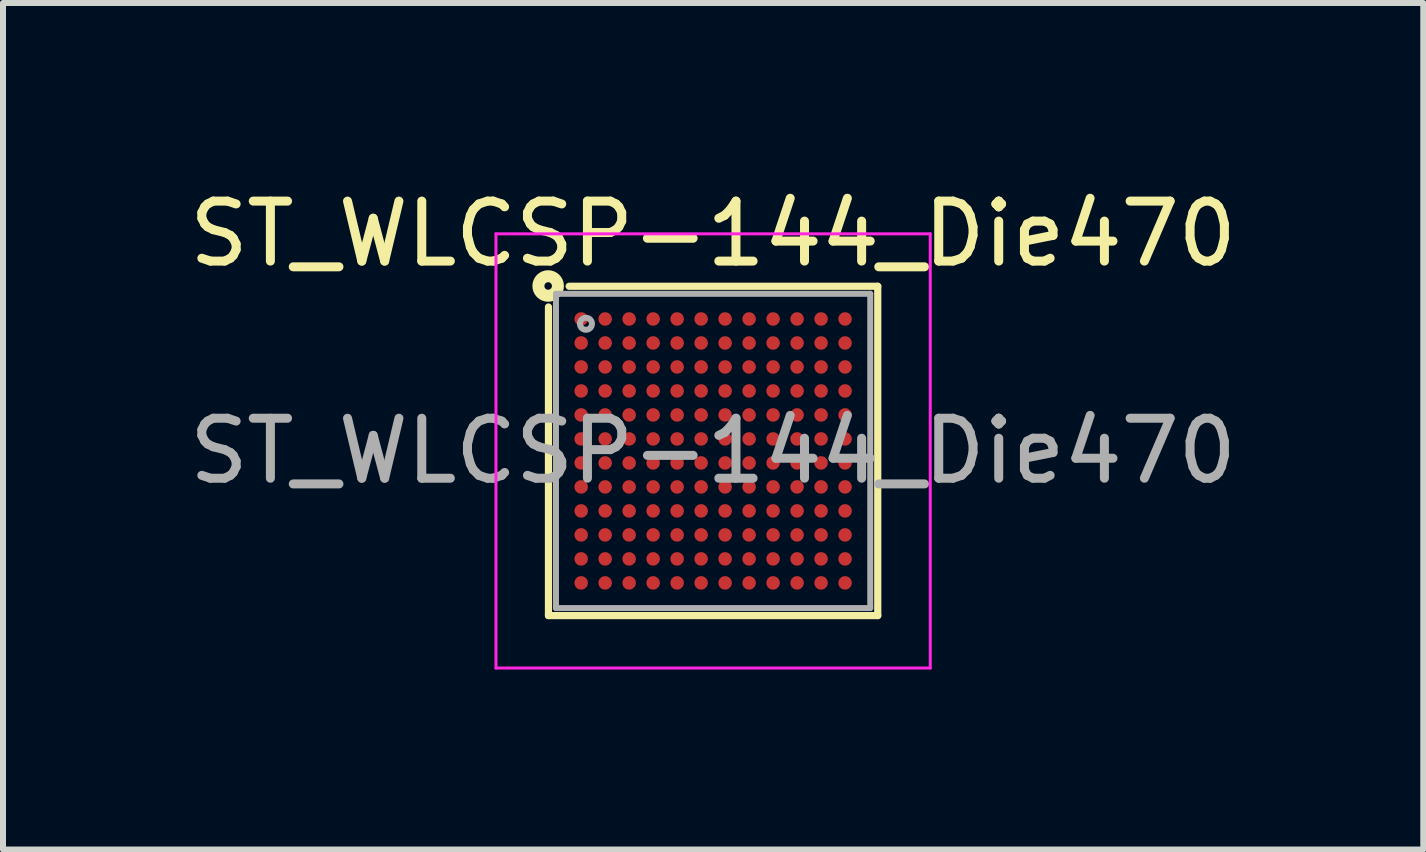
<source format=kicad_pcb>
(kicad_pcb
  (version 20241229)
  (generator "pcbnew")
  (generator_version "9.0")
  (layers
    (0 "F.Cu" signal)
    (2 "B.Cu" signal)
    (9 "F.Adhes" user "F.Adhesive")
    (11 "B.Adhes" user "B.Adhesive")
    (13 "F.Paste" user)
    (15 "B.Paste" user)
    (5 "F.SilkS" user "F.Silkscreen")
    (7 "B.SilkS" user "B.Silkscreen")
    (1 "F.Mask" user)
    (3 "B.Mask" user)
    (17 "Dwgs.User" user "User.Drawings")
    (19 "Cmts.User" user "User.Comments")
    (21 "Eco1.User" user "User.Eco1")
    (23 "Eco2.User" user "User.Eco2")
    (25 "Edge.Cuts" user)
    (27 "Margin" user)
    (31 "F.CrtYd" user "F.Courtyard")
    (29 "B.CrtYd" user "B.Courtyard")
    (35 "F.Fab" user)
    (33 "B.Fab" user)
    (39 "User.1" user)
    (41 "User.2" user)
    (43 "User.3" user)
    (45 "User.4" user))
  (footprint "ST_WLCSP-144_Die470"
    (layer "F.Cu")
    (at 8.839 4.468)
    (property "Reference" "ST_WLCSP-144_Die470" (at 0 -3.62 0) (layer "F.SilkS") (effects (font (size 1 1) (thickness 0.15))))
    (attr smd)
    (fp_line (start -2.745 2.745) (end -2.745 -2.4) (stroke (width 0.12) (type solid)) (layer "F.SilkS"))
    (fp_line (start -2.4 -2.745) (end 2.745 -2.745) (stroke (width 0.12) (type solid)) (layer "F.SilkS"))
    (fp_line (start 2.745 -2.745) (end 2.745 2.745) (stroke (width 0.12) (type solid)) (layer "F.SilkS"))
    (fp_line (start 2.745 2.745) (end -2.745 2.745) (stroke (width 0.12) (type solid)) (layer "F.SilkS"))
    (fp_circle (center -2.75 -2.75) (end -2.687 -2.75) (stroke (width 0.2) (type solid)) (fill no) (layer "F.SilkS"))
    (fp_line (start -3.62 -3.62) (end -3.62 3.62) (stroke (width 0.05) (type solid)) (layer "F.CrtYd"))
    (fp_line (start -3.62 3.62) (end 3.62 3.62) (stroke (width 0.05) (type solid)) (layer "F.CrtYd"))
    (fp_line (start 3.62 -3.62) (end -3.62 -3.62) (stroke (width 0.05) (type solid)) (layer "F.CrtYd"))
    (fp_line (start 3.62 3.62) (end 3.62 -3.62) (stroke (width 0.05) (type solid)) (layer "F.CrtYd"))
    (fp_line (start -2.62 -2.62) (end 2.62 -2.62) (stroke (width 0.1) (type solid)) (layer "F.Fab"))
    (fp_line (start -2.62 2.62) (end -2.62 -2.62) (stroke (width 0.1) (type solid)) (layer "F.Fab"))
    (fp_line (start 2.62 -2.62) (end 2.62 2.62) (stroke (width 0.1) (type solid)) (layer "F.Fab"))
    (fp_line (start 2.62 2.62) (end -2.62 2.62) (stroke (width 0.1) (type solid)) (layer "F.Fab"))
    (fp_circle (center -2.12 -2.12) (end -2.02 -2.12) (stroke (width 0.1) (type solid)) (fill no) (layer "F.Fab"))
    (fp_text user "${REFERENCE}" (at 0 0 0) (layer "F.Fab") (effects (font (size 1 1) (thickness 0.15))))
    (pad "A1" smd circle (at -2.2 -2.2) (size 0.225 0.225) (layers "F.Cu" "F.Mask" "F.Paste"))
    (pad "A2" smd circle (at -1.8 -2.2) (size 0.225 0.225) (layers "F.Cu" "F.Mask" "F.Paste"))
    (pad "A3" smd circle (at -1.4 -2.2) (size 0.225 0.225) (layers "F.Cu" "F.Mask" "F.Paste"))
    (pad "A4" smd circle (at -1 -2.2) (size 0.225 0.225) (layers "F.Cu" "F.Mask" "F.Paste"))
    (pad "A5" smd circle (at -0.6 -2.2) (size 0.225 0.225) (layers "F.Cu" "F.Mask" "F.Paste"))
    (pad "A6" smd circle (at -0.2 -2.2) (size 0.225 0.225) (layers "F.Cu" "F.Mask" "F.Paste"))
    (pad "A7" smd circle (at 0.2 -2.2) (size 0.225 0.225) (layers "F.Cu" "F.Mask" "F.Paste"))
    (pad "A8" smd circle (at 0.6 -2.2) (size 0.225 0.225) (layers "F.Cu" "F.Mask" "F.Paste"))
    (pad "A9" smd circle (at 1 -2.2) (size 0.225 0.225) (layers "F.Cu" "F.Mask" "F.Paste"))
    (pad "A10" smd circle (at 1.4 -2.2) (size 0.225 0.225) (layers "F.Cu" "F.Mask" "F.Paste"))
    (pad "A11" smd circle (at 1.8 -2.2) (size 0.225 0.225) (layers "F.Cu" "F.Mask" "F.Paste"))
    (pad "A12" smd circle (at 2.2 -2.2) (size 0.225 0.225) (layers "F.Cu" "F.Mask" "F.Paste"))
    (pad "B1" smd circle (at -2.2 -1.8) (size 0.225 0.225) (layers "F.Cu" "F.Mask" "F.Paste"))
    (pad "B2" smd circle (at -1.8 -1.8) (size 0.225 0.225) (layers "F.Cu" "F.Mask" "F.Paste"))
    (pad "B3" smd circle (at -1.4 -1.8) (size 0.225 0.225) (layers "F.Cu" "F.Mask" "F.Paste"))
    (pad "B4" smd circle (at -1 -1.8) (size 0.225 0.225) (layers "F.Cu" "F.Mask" "F.Paste"))
    (pad "B5" smd circle (at -0.6 -1.8) (size 0.225 0.225) (layers "F.Cu" "F.Mask" "F.Paste"))
    (pad "B6" smd circle (at -0.2 -1.8) (size 0.225 0.225) (layers "F.Cu" "F.Mask" "F.Paste"))
    (pad "B7" smd circle (at 0.2 -1.8) (size 0.225 0.225) (layers "F.Cu" "F.Mask" "F.Paste"))
    (pad "B8" smd circle (at 0.6 -1.8) (size 0.225 0.225) (layers "F.Cu" "F.Mask" "F.Paste"))
    (pad "B9" smd circle (at 1 -1.8) (size 0.225 0.225) (layers "F.Cu" "F.Mask" "F.Paste"))
    (pad "B10" smd circle (at 1.4 -1.8) (size 0.225 0.225) (layers "F.Cu" "F.Mask" "F.Paste"))
    (pad "B11" smd circle (at 1.8 -1.8) (size 0.225 0.225) (layers "F.Cu" "F.Mask" "F.Paste"))
    (pad "B12" smd circle (at 2.2 -1.8) (size 0.225 0.225) (layers "F.Cu" "F.Mask" "F.Paste"))
    (pad "C1" smd circle (at -2.2 -1.4) (size 0.225 0.225) (layers "F.Cu" "F.Mask" "F.Paste"))
    (pad "C2" smd circle (at -1.8 -1.4) (size 0.225 0.225) (layers "F.Cu" "F.Mask" "F.Paste"))
    (pad "C3" smd circle (at -1.4 -1.4) (size 0.225 0.225) (layers "F.Cu" "F.Mask" "F.Paste"))
    (pad "C4" smd circle (at -1 -1.4) (size 0.225 0.225) (layers "F.Cu" "F.Mask" "F.Paste"))
    (pad "C5" smd circle (at -0.6 -1.4) (size 0.225 0.225) (layers "F.Cu" "F.Mask" "F.Paste"))
    (pad "C6" smd circle (at -0.2 -1.4) (size 0.225 0.225) (layers "F.Cu" "F.Mask" "F.Paste"))
    (pad "C7" smd circle (at 0.2 -1.4) (size 0.225 0.225) (layers "F.Cu" "F.Mask" "F.Paste"))
    (pad "C8" smd circle (at 0.6 -1.4) (size 0.225 0.225) (layers "F.Cu" "F.Mask" "F.Paste"))
    (pad "C9" smd circle (at 1 -1.4) (size 0.225 0.225) (layers "F.Cu" "F.Mask" "F.Paste"))
    (pad "C10" smd circle (at 1.4 -1.4) (size 0.225 0.225) (layers "F.Cu" "F.Mask" "F.Paste"))
    (pad "C11" smd circle (at 1.8 -1.4) (size 0.225 0.225) (layers "F.Cu" "F.Mask" "F.Paste"))
    (pad "C12" smd circle (at 2.2 -1.4) (size 0.225 0.225) (layers "F.Cu" "F.Mask" "F.Paste"))
    (pad "D1" smd circle (at -2.2 -1) (size 0.225 0.225) (layers "F.Cu" "F.Mask" "F.Paste"))
    (pad "D2" smd circle (at -1.8 -1) (size 0.225 0.225) (layers "F.Cu" "F.Mask" "F.Paste"))
    (pad "D3" smd circle (at -1.4 -1) (size 0.225 0.225) (layers "F.Cu" "F.Mask" "F.Paste"))
    (pad "D4" smd circle (at -1 -1) (size 0.225 0.225) (layers "F.Cu" "F.Mask" "F.Paste"))
    (pad "D5" smd circle (at -0.6 -1) (size 0.225 0.225) (layers "F.Cu" "F.Mask" "F.Paste"))
    (pad "D6" smd circle (at -0.2 -1) (size 0.225 0.225) (layers "F.Cu" "F.Mask" "F.Paste"))
    (pad "D7" smd circle (at 0.2 -1) (size 0.225 0.225) (layers "F.Cu" "F.Mask" "F.Paste"))
    (pad "D8" smd circle (at 0.6 -1) (size 0.225 0.225) (layers "F.Cu" "F.Mask" "F.Paste"))
    (pad "D9" smd circle (at 1 -1) (size 0.225 0.225) (layers "F.Cu" "F.Mask" "F.Paste"))
    (pad "D10" smd circle (at 1.4 -1) (size 0.225 0.225) (layers "F.Cu" "F.Mask" "F.Paste"))
    (pad "D11" smd circle (at 1.8 -1) (size 0.225 0.225) (layers "F.Cu" "F.Mask" "F.Paste"))
    (pad "D12" smd circle (at 2.2 -1) (size 0.225 0.225) (layers "F.Cu" "F.Mask" "F.Paste"))
    (pad "E1" smd circle (at -2.2 -0.6) (size 0.225 0.225) (layers "F.Cu" "F.Mask" "F.Paste"))
    (pad "E2" smd circle (at -1.8 -0.6) (size 0.225 0.225) (layers "F.Cu" "F.Mask" "F.Paste"))
    (pad "E3" smd circle (at -1.4 -0.6) (size 0.225 0.225) (layers "F.Cu" "F.Mask" "F.Paste"))
    (pad "E4" smd circle (at -1 -0.6) (size 0.225 0.225) (layers "F.Cu" "F.Mask" "F.Paste"))
    (pad "E5" smd circle (at -0.6 -0.6) (size 0.225 0.225) (layers "F.Cu" "F.Mask" "F.Paste"))
    (pad "E6" smd circle (at -0.2 -0.6) (size 0.225 0.225) (layers "F.Cu" "F.Mask" "F.Paste"))
    (pad "E7" smd circle (at 0.2 -0.6) (size 0.225 0.225) (layers "F.Cu" "F.Mask" "F.Paste"))
    (pad "E8" smd circle (at 0.6 -0.6) (size 0.225 0.225) (layers "F.Cu" "F.Mask" "F.Paste"))
    (pad "E9" smd circle (at 1 -0.6) (size 0.225 0.225) (layers "F.Cu" "F.Mask" "F.Paste"))
    (pad "E10" smd circle (at 1.4 -0.6) (size 0.225 0.225) (layers "F.Cu" "F.Mask" "F.Paste"))
    (pad "E11" smd circle (at 1.8 -0.6) (size 0.225 0.225) (layers "F.Cu" "F.Mask" "F.Paste"))
    (pad "E12" smd circle (at 2.2 -0.6) (size 0.225 0.225) (layers "F.Cu" "F.Mask" "F.Paste"))
    (pad "F1" smd circle (at -2.2 -0.2) (size 0.225 0.225) (layers "F.Cu" "F.Mask" "F.Paste"))
    (pad "F2" smd circle (at -1.8 -0.2) (size 0.225 0.225) (layers "F.Cu" "F.Mask" "F.Paste"))
    (pad "F3" smd circle (at -1.4 -0.2) (size 0.225 0.225) (layers "F.Cu" "F.Mask" "F.Paste"))
    (pad "F4" smd circle (at -1 -0.2) (size 0.225 0.225) (layers "F.Cu" "F.Mask" "F.Paste"))
    (pad "F5" smd circle (at -0.6 -0.2) (size 0.225 0.225) (layers "F.Cu" "F.Mask" "F.Paste"))
    (pad "F6" smd circle (at -0.2 -0.2) (size 0.225 0.225) (layers "F.Cu" "F.Mask" "F.Paste"))
    (pad "F7" smd circle (at 0.2 -0.2) (size 0.225 0.225) (layers "F.Cu" "F.Mask" "F.Paste"))
    (pad "F8" smd circle (at 0.6 -0.2) (size 0.225 0.225) (layers "F.Cu" "F.Mask" "F.Paste"))
    (pad "F9" smd circle (at 1 -0.2) (size 0.225 0.225) (layers "F.Cu" "F.Mask" "F.Paste"))
    (pad "F10" smd circle (at 1.4 -0.2) (size 0.225 0.225) (layers "F.Cu" "F.Mask" "F.Paste"))
    (pad "F11" smd circle (at 1.8 -0.2) (size 0.225 0.225) (layers "F.Cu" "F.Mask" "F.Paste"))
    (pad "F12" smd circle (at 2.2 -0.2) (size 0.225 0.225) (layers "F.Cu" "F.Mask" "F.Paste"))
    (pad "G1" smd circle (at -2.2 0.2) (size 0.225 0.225) (layers "F.Cu" "F.Mask" "F.Paste"))
    (pad "G2" smd circle (at -1.8 0.2) (size 0.225 0.225) (layers "F.Cu" "F.Mask" "F.Paste"))
    (pad "G3" smd circle (at -1.4 0.2) (size 0.225 0.225) (layers "F.Cu" "F.Mask" "F.Paste"))
    (pad "G4" smd circle (at -1 0.2) (size 0.225 0.225) (layers "F.Cu" "F.Mask" "F.Paste"))
    (pad "G5" smd circle (at -0.6 0.2) (size 0.225 0.225) (layers "F.Cu" "F.Mask" "F.Paste"))
    (pad "G6" smd circle (at -0.2 0.2) (size 0.225 0.225) (layers "F.Cu" "F.Mask" "F.Paste"))
    (pad "G7" smd circle (at 0.2 0.2) (size 0.225 0.225) (layers "F.Cu" "F.Mask" "F.Paste"))
    (pad "G8" smd circle (at 0.6 0.2) (size 0.225 0.225) (layers "F.Cu" "F.Mask" "F.Paste"))
    (pad "G9" smd circle (at 1 0.2) (size 0.225 0.225) (layers "F.Cu" "F.Mask" "F.Paste"))
    (pad "G10" smd circle (at 1.4 0.2) (size 0.225 0.225) (layers "F.Cu" "F.Mask" "F.Paste"))
    (pad "G11" smd circle (at 1.8 0.2) (size 0.225 0.225) (layers "F.Cu" "F.Mask" "F.Paste"))
    (pad "G12" smd circle (at 2.2 0.2) (size 0.225 0.225) (layers "F.Cu" "F.Mask" "F.Paste"))
    (pad "H1" smd circle (at -2.2 0.6) (size 0.225 0.225) (layers "F.Cu" "F.Mask" "F.Paste"))
    (pad "H2" smd circle (at -1.8 0.6) (size 0.225 0.225) (layers "F.Cu" "F.Mask" "F.Paste"))
    (pad "H3" smd circle (at -1.4 0.6) (size 0.225 0.225) (layers "F.Cu" "F.Mask" "F.Paste"))
    (pad "H4" smd circle (at -1 0.6) (size 0.225 0.225) (layers "F.Cu" "F.Mask" "F.Paste"))
    (pad "H5" smd circle (at -0.6 0.6) (size 0.225 0.225) (layers "F.Cu" "F.Mask" "F.Paste"))
    (pad "H6" smd circle (at -0.2 0.6) (size 0.225 0.225) (layers "F.Cu" "F.Mask" "F.Paste"))
    (pad "H7" smd circle (at 0.2 0.6) (size 0.225 0.225) (layers "F.Cu" "F.Mask" "F.Paste"))
    (pad "H8" smd circle (at 0.6 0.6) (size 0.225 0.225) (layers "F.Cu" "F.Mask" "F.Paste"))
    (pad "H9" smd circle (at 1 0.6) (size 0.225 0.225) (layers "F.Cu" "F.Mask" "F.Paste"))
    (pad "H10" smd circle (at 1.4 0.6) (size 0.225 0.225) (layers "F.Cu" "F.Mask" "F.Paste"))
    (pad "H11" smd circle (at 1.8 0.6) (size 0.225 0.225) (layers "F.Cu" "F.Mask" "F.Paste"))
    (pad "H12" smd circle (at 2.2 0.6) (size 0.225 0.225) (layers "F.Cu" "F.Mask" "F.Paste"))
    (pad "J1" smd circle (at -2.2 1) (size 0.225 0.225) (layers "F.Cu" "F.Mask" "F.Paste"))
    (pad "J2" smd circle (at -1.8 1) (size 0.225 0.225) (layers "F.Cu" "F.Mask" "F.Paste"))
    (pad "J3" smd circle (at -1.4 1) (size 0.225 0.225) (layers "F.Cu" "F.Mask" "F.Paste"))
    (pad "J4" smd circle (at -1 1) (size 0.225 0.225) (layers "F.Cu" "F.Mask" "F.Paste"))
    (pad "J5" smd circle (at -0.6 1) (size 0.225 0.225) (layers "F.Cu" "F.Mask" "F.Paste"))
    (pad "J6" smd circle (at -0.2 1) (size 0.225 0.225) (layers "F.Cu" "F.Mask" "F.Paste"))
    (pad "J7" smd circle (at 0.2 1) (size 0.225 0.225) (layers "F.Cu" "F.Mask" "F.Paste"))
    (pad "J8" smd circle (at 0.6 1) (size 0.225 0.225) (layers "F.Cu" "F.Mask" "F.Paste"))
    (pad "J9" smd circle (at 1 1) (size 0.225 0.225) (layers "F.Cu" "F.Mask" "F.Paste"))
    (pad "J10" smd circle (at 1.4 1) (size 0.225 0.225) (layers "F.Cu" "F.Mask" "F.Paste"))
    (pad "J11" smd circle (at 1.8 1) (size 0.225 0.225) (layers "F.Cu" "F.Mask" "F.Paste"))
    (pad "J12" smd circle (at 2.2 1) (size 0.225 0.225) (layers "F.Cu" "F.Mask" "F.Paste"))
    (pad "K1" smd circle (at -2.2 1.4) (size 0.225 0.225) (layers "F.Cu" "F.Mask" "F.Paste"))
    (pad "K2" smd circle (at -1.8 1.4) (size 0.225 0.225) (layers "F.Cu" "F.Mask" "F.Paste"))
    (pad "K3" smd circle (at -1.4 1.4) (size 0.225 0.225) (layers "F.Cu" "F.Mask" "F.Paste"))
    (pad "K4" smd circle (at -1 1.4) (size 0.225 0.225) (layers "F.Cu" "F.Mask" "F.Paste"))
    (pad "K5" smd circle (at -0.6 1.4) (size 0.225 0.225) (layers "F.Cu" "F.Mask" "F.Paste"))
    (pad "K6" smd circle (at -0.2 1.4) (size 0.225 0.225) (layers "F.Cu" "F.Mask" "F.Paste"))
    (pad "K7" smd circle (at 0.2 1.4) (size 0.225 0.225) (layers "F.Cu" "F.Mask" "F.Paste"))
    (pad "K8" smd circle (at 0.6 1.4) (size 0.225 0.225) (layers "F.Cu" "F.Mask" "F.Paste"))
    (pad "K9" smd circle (at 1 1.4) (size 0.225 0.225) (layers "F.Cu" "F.Mask" "F.Paste"))
    (pad "K10" smd circle (at 1.4 1.4) (size 0.225 0.225) (layers "F.Cu" "F.Mask" "F.Paste"))
    (pad "K11" smd circle (at 1.8 1.4) (size 0.225 0.225) (layers "F.Cu" "F.Mask" "F.Paste"))
    (pad "K12" smd circle (at 2.2 1.4) (size 0.225 0.225) (layers "F.Cu" "F.Mask" "F.Paste"))
    (pad "L1" smd circle (at -2.2 1.8) (size 0.225 0.225) (layers "F.Cu" "F.Mask" "F.Paste"))
    (pad "L2" smd circle (at -1.8 1.8) (size 0.225 0.225) (layers "F.Cu" "F.Mask" "F.Paste"))
    (pad "L3" smd circle (at -1.4 1.8) (size 0.225 0.225) (layers "F.Cu" "F.Mask" "F.Paste"))
    (pad "L4" smd circle (at -1 1.8) (size 0.225 0.225) (layers "F.Cu" "F.Mask" "F.Paste"))
    (pad "L5" smd circle (at -0.6 1.8) (size 0.225 0.225) (layers "F.Cu" "F.Mask" "F.Paste"))
    (pad "L6" smd circle (at -0.2 1.8) (size 0.225 0.225) (layers "F.Cu" "F.Mask" "F.Paste"))
    (pad "L7" smd circle (at 0.2 1.8) (size 0.225 0.225) (layers "F.Cu" "F.Mask" "F.Paste"))
    (pad "L8" smd circle (at 0.6 1.8) (size 0.225 0.225) (layers "F.Cu" "F.Mask" "F.Paste"))
    (pad "L9" smd circle (at 1 1.8) (size 0.225 0.225) (layers "F.Cu" "F.Mask" "F.Paste"))
    (pad "L10" smd circle (at 1.4 1.8) (size 0.225 0.225) (layers "F.Cu" "F.Mask" "F.Paste"))
    (pad "L11" smd circle (at 1.8 1.8) (size 0.225 0.225) (layers "F.Cu" "F.Mask" "F.Paste"))
    (pad "L12" smd circle (at 2.2 1.8) (size 0.225 0.225) (layers "F.Cu" "F.Mask" "F.Paste"))
    (pad "M1" smd circle (at -2.2 2.2) (size 0.225 0.225) (layers "F.Cu" "F.Mask" "F.Paste"))
    (pad "M2" smd circle (at -1.8 2.2) (size 0.225 0.225) (layers "F.Cu" "F.Mask" "F.Paste"))
    (pad "M3" smd circle (at -1.4 2.2) (size 0.225 0.225) (layers "F.Cu" "F.Mask" "F.Paste"))
    (pad "M4" smd circle (at -1 2.2) (size 0.225 0.225) (layers "F.Cu" "F.Mask" "F.Paste"))
    (pad "M5" smd circle (at -0.6 2.2) (size 0.225 0.225) (layers "F.Cu" "F.Mask" "F.Paste"))
    (pad "M6" smd circle (at -0.2 2.2) (size 0.225 0.225) (layers "F.Cu" "F.Mask" "F.Paste"))
    (pad "M7" smd circle (at 0.2 2.2) (size 0.225 0.225) (layers "F.Cu" "F.Mask" "F.Paste"))
    (pad "M8" smd circle (at 0.6 2.2) (size 0.225 0.225) (layers "F.Cu" "F.Mask" "F.Paste"))
    (pad "M9" smd circle (at 1 2.2) (size 0.225 0.225) (layers "F.Cu" "F.Mask" "F.Paste"))
    (pad "M10" smd circle (at 1.4 2.2) (size 0.225 0.225) (layers "F.Cu" "F.Mask" "F.Paste"))
    (pad "M11" smd circle (at 1.8 2.2) (size 0.225 0.225) (layers "F.Cu" "F.Mask" "F.Paste"))
    (pad "M12" smd circle (at 2.2 2.2) (size 0.225 0.225) (layers "F.Cu" "F.Mask" "F.Paste")))
  (gr_rect
    (start -3 -3)
    (end 20.679 11.113)
    (stroke (width 0.1) (type default))
    (fill no)
    (layer "Edge.Cuts")))
</source>
